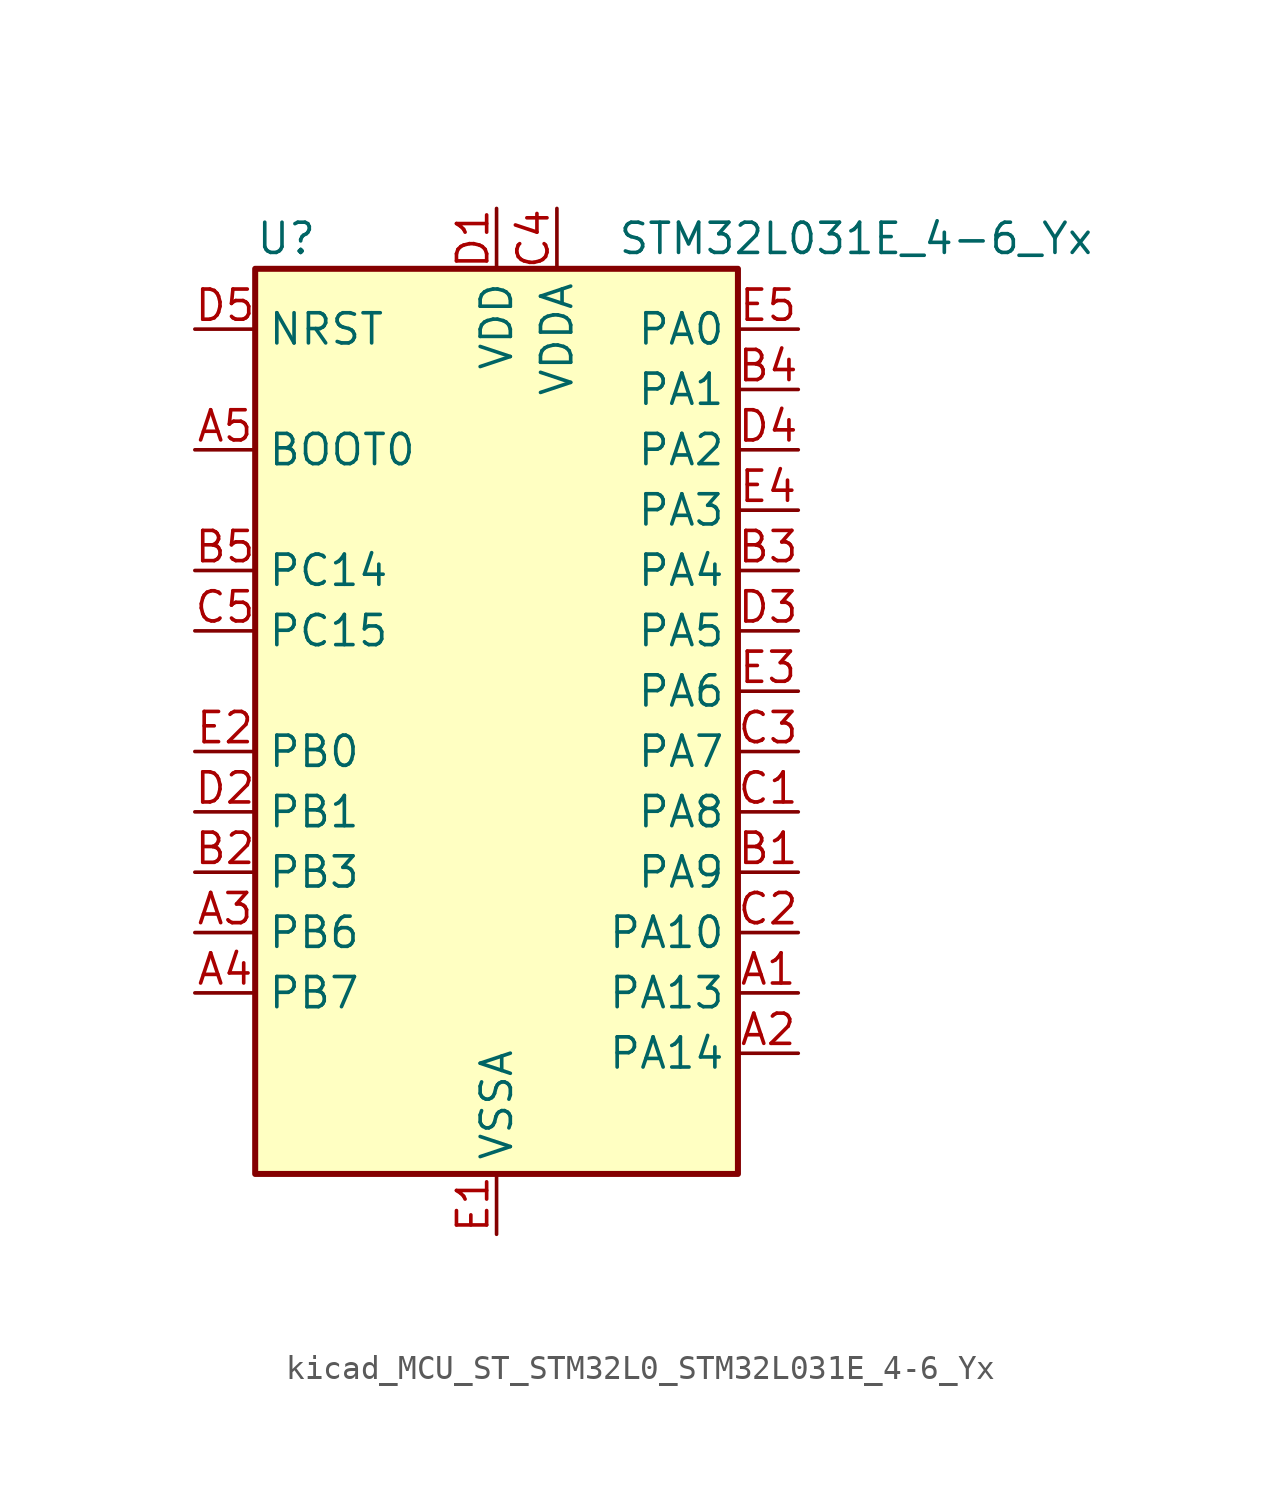
<source format=kicad_sym>
(kicad_symbol_lib
  (version 20220914)
  (generator kicad_symbol_editor)
  (symbol "kicad_MCU_ST_STM32L0_STM32L031E_4-6_Yx"
    (property "Reference" "U"
      (at -10.16 21.59 0)
      (effects (font (size 1.27 1.27)) (justify left)))
    (property "Value" "STM32L031E_4-6_Yx"
      (at 5.08 21.59 0)
      (effects (font (size 1.27 1.27)) (justify left)))
    (property "ki_locked" ""
      (at 0 0 0)
      (effects (font (size 1.27 1.27))))
    (symbol "kicad_MCU_ST_STM32L0_STM32L031E_4-6_Yx_0_1"
      (rectangle (start -10.16 -17.78) (end 10.16 20.32) (stroke (width 0.254) (type default)) (fill (type background))))
    (symbol "kicad_MCU_ST_STM32L0_STM32L031E_4-6_Yx_1_1"
      (pin bidirectional line (at 12.7 -10.16 180) (length 2.54) (name "PA13" (effects (font (size 1.27 1.27)))) (number "A1" (effects (font (size 1.27 1.27)))) (alternate "LPTIM1_ETR" bidirectional line) (alternate "LPUART1_RX" bidirectional line) (alternate "SYS_SWDIO" bidirectional line))
      (pin bidirectional line (at 12.7 -12.7 180) (length 2.54) (name "PA14" (effects (font (size 1.27 1.27)))) (number "A2" (effects (font (size 1.27 1.27)))) (alternate "I2C1_SMBA" bidirectional line) (alternate "LPTIM1_OUT" bidirectional line) (alternate "LPUART1_TX" bidirectional line) (alternate "SYS_SWCLK" bidirectional line) (alternate "USART2_TX" bidirectional line))
      (pin bidirectional line (at -12.7 -7.62 0) (length 2.54) (name "PB6" (effects (font (size 1.27 1.27)))) (number "A3" (effects (font (size 1.27 1.27)))) (alternate "COMP2_INP" bidirectional line) (alternate "I2C1_SCL" bidirectional line) (alternate "LPTIM1_ETR" bidirectional line) (alternate "TIM21_CH1" bidirectional line) (alternate "USART2_TX" bidirectional line))
      (pin bidirectional line (at -12.7 -10.16 0) (length 2.54) (name "PB7" (effects (font (size 1.27 1.27)))) (number "A4" (effects (font (size 1.27 1.27)))) (alternate "COMP2_INP" bidirectional line) (alternate "I2C1_SDA" bidirectional line) (alternate "LPTIM1_IN2" bidirectional line) (alternate "SYS_PVD_IN" bidirectional line) (alternate "USART2_RX" bidirectional line))
      (pin input line (at -12.7 12.7 0) (length 2.54) (name "BOOT0" (effects (font (size 1.27 1.27)))) (number "A5" (effects (font (size 1.27 1.27)))))
      (pin bidirectional line (at 12.7 -5.08 180) (length 2.54) (name "PA9" (effects (font (size 1.27 1.27)))) (number "B1" (effects (font (size 1.27 1.27)))) (alternate "I2C1_SCL" bidirectional line) (alternate "RCC_MCO" bidirectional line) (alternate "TIM22_CH1" bidirectional line) (alternate "USART2_TX" bidirectional line))
      (pin bidirectional line (at -12.7 -5.08 0) (length 2.54) (name "PB3" (effects (font (size 1.27 1.27)))) (number "B2" (effects (font (size 1.27 1.27)))) (alternate "COMP2_INM" bidirectional line) (alternate "SPI1_SCK" bidirectional line) (alternate "TIM2_CH2" bidirectional line))
      (pin bidirectional line (at 12.7 7.62 180) (length 2.54) (name "PA4" (effects (font (size 1.27 1.27)))) (number "B3" (effects (font (size 1.27 1.27)))) (alternate "ADC_IN4" bidirectional line) (alternate "COMP1_INM" bidirectional line) (alternate "COMP2_INM" bidirectional line) (alternate "LPTIM1_IN1" bidirectional line) (alternate "SPI1_NSS" bidirectional line) (alternate "TIM22_ETR" bidirectional line) (alternate "USART2_CK" bidirectional line))
      (pin bidirectional line (at 12.7 15.24 180) (length 2.54) (name "PA1" (effects (font (size 1.27 1.27)))) (number "B4" (effects (font (size 1.27 1.27)))) (alternate "ADC_IN1" bidirectional line) (alternate "COMP1_INP" bidirectional line) (alternate "I2C1_SMBA" bidirectional line) (alternate "LPTIM1_IN2" bidirectional line) (alternate "TIM21_ETR" bidirectional line) (alternate "TIM2_CH2" bidirectional line) (alternate "USART2_DE" bidirectional line) (alternate "USART2_RTS" bidirectional line))
      (pin bidirectional line (at -12.7 7.62 0) (length 2.54) (name "PC14" (effects (font (size 1.27 1.27)))) (number "B5" (effects (font (size 1.27 1.27)))) (alternate "RCC_OSC32_IN" bidirectional line))
      (pin bidirectional line (at 12.7 -2.54 180) (length 2.54) (name "PA8" (effects (font (size 1.27 1.27)))) (number "C1" (effects (font (size 1.27 1.27)))) (alternate "LPTIM1_IN1" bidirectional line) (alternate "RCC_MCO" bidirectional line) (alternate "TIM2_CH1" bidirectional line) (alternate "USART2_CK" bidirectional line))
      (pin bidirectional line (at 12.7 -7.62 180) (length 2.54) (name "PA10" (effects (font (size 1.27 1.27)))) (number "C2" (effects (font (size 1.27 1.27)))) (alternate "I2C1_SDA" bidirectional line) (alternate "TIM22_CH2" bidirectional line) (alternate "USART2_RX" bidirectional line))
      (pin bidirectional line (at 12.7 0 180) (length 2.54) (name "PA7" (effects (font (size 1.27 1.27)))) (number "C3" (effects (font (size 1.27 1.27)))) (alternate "ADC_IN7" bidirectional line) (alternate "COMP2_OUT" bidirectional line) (alternate "LPTIM1_OUT" bidirectional line) (alternate "SPI1_MOSI" bidirectional line) (alternate "TIM22_CH2" bidirectional line) (alternate "USART2_CTS" bidirectional line))
      (pin power_in line (at 2.54 22.86 270) (length 2.54) (name "VDDA" (effects (font (size 1.27 1.27)))) (number "C4" (effects (font (size 1.27 1.27)))))
      (pin bidirectional line (at -12.7 5.08 0) (length 2.54) (name "PC15" (effects (font (size 1.27 1.27)))) (number "C5" (effects (font (size 1.27 1.27)))) (alternate "RCC_OSC32_OUT" bidirectional line))
      (pin power_in line (at 0 22.86 270) (length 2.54) (name "VDD" (effects (font (size 1.27 1.27)))) (number "D1" (effects (font (size 1.27 1.27)))))
      (pin bidirectional line (at -12.7 -2.54 0) (length 2.54) (name "PB1" (effects (font (size 1.27 1.27)))) (number "D2" (effects (font (size 1.27 1.27)))) (alternate "ADC_IN9" bidirectional line) (alternate "LPUART1_DE" bidirectional line) (alternate "LPUART1_RTS" bidirectional line) (alternate "SPI1_MOSI" bidirectional line) (alternate "SYS_VREF_OUT_PB1" bidirectional line) (alternate "TIM2_CH4" bidirectional line) (alternate "USART2_CK" bidirectional line))
      (pin bidirectional line (at 12.7 5.08 180) (length 2.54) (name "PA5" (effects (font (size 1.27 1.27)))) (number "D3" (effects (font (size 1.27 1.27)))) (alternate "ADC_IN5" bidirectional line) (alternate "COMP1_INM" bidirectional line) (alternate "COMP2_INM" bidirectional line) (alternate "LPTIM1_IN2" bidirectional line) (alternate "SPI1_SCK" bidirectional line) (alternate "TIM2_CH1" bidirectional line) (alternate "TIM2_ETR" bidirectional line))
      (pin bidirectional line (at 12.7 12.7 180) (length 2.54) (name "PA2" (effects (font (size 1.27 1.27)))) (number "D4" (effects (font (size 1.27 1.27)))) (alternate "ADC_IN2" bidirectional line) (alternate "COMP2_INM" bidirectional line) (alternate "COMP2_OUT" bidirectional line) (alternate "LPUART1_TX" bidirectional line) (alternate "RTC_OUT_ALARM" bidirectional line) (alternate "RTC_OUT_CALIB" bidirectional line) (alternate "RTC_TAMP3" bidirectional line) (alternate "RTC_TS" bidirectional line) (alternate "SYS_WKUP3" bidirectional line) (alternate "TIM21_CH1" bidirectional line) (alternate "TIM2_CH3" bidirectional line) (alternate "USART2_TX" bidirectional line))
      (pin input line (at -12.7 17.78 0) (length 2.54) (name "NRST" (effects (font (size 1.27 1.27)))) (number "D5" (effects (font (size 1.27 1.27)))))
      (pin power_in line (at 0 -20.32 90) (length 2.54) (name "VSSA" (effects (font (size 1.27 1.27)))) (number "E1" (effects (font (size 1.27 1.27)))))
      (pin bidirectional line (at -12.7 0 0) (length 2.54) (name "PB0" (effects (font (size 1.27 1.27)))) (number "E2" (effects (font (size 1.27 1.27)))) (alternate "ADC_IN8" bidirectional line) (alternate "SPI1_MISO" bidirectional line) (alternate "SYS_VREF_OUT_PB0" bidirectional line) (alternate "TIM2_CH3" bidirectional line) (alternate "USART2_DE" bidirectional line) (alternate "USART2_RTS" bidirectional line))
      (pin bidirectional line (at 12.7 2.54 180) (length 2.54) (name "PA6" (effects (font (size 1.27 1.27)))) (number "E3" (effects (font (size 1.27 1.27)))) (alternate "ADC_IN6" bidirectional line) (alternate "COMP1_OUT" bidirectional line) (alternate "LPTIM1_ETR" bidirectional line) (alternate "LPUART1_CTS" bidirectional line) (alternate "SPI1_MISO" bidirectional line) (alternate "TIM22_CH1" bidirectional line))
      (pin bidirectional line (at 12.7 10.16 180) (length 2.54) (name "PA3" (effects (font (size 1.27 1.27)))) (number "E4" (effects (font (size 1.27 1.27)))) (alternate "ADC_IN3" bidirectional line) (alternate "COMP2_INP" bidirectional line) (alternate "LPUART1_RX" bidirectional line) (alternate "TIM21_CH2" bidirectional line) (alternate "TIM2_CH4" bidirectional line) (alternate "USART2_RX" bidirectional line))
      (pin bidirectional line (at 12.7 17.78 180) (length 2.54) (name "PA0" (effects (font (size 1.27 1.27)))) (number "E5" (effects (font (size 1.27 1.27)))) (alternate "ADC_IN0" bidirectional line) (alternate "COMP1_INM" bidirectional line) (alternate "COMP1_OUT" bidirectional line) (alternate "LPTIM1_IN1" bidirectional line) (alternate "RCC_CK_IN" bidirectional line) (alternate "RTC_TAMP2" bidirectional line) (alternate "SYS_WKUP1" bidirectional line) (alternate "TIM2_CH1" bidirectional line) (alternate "TIM2_ETR" bidirectional line) (alternate "USART2_CTS" bidirectional line)))))
</source>
